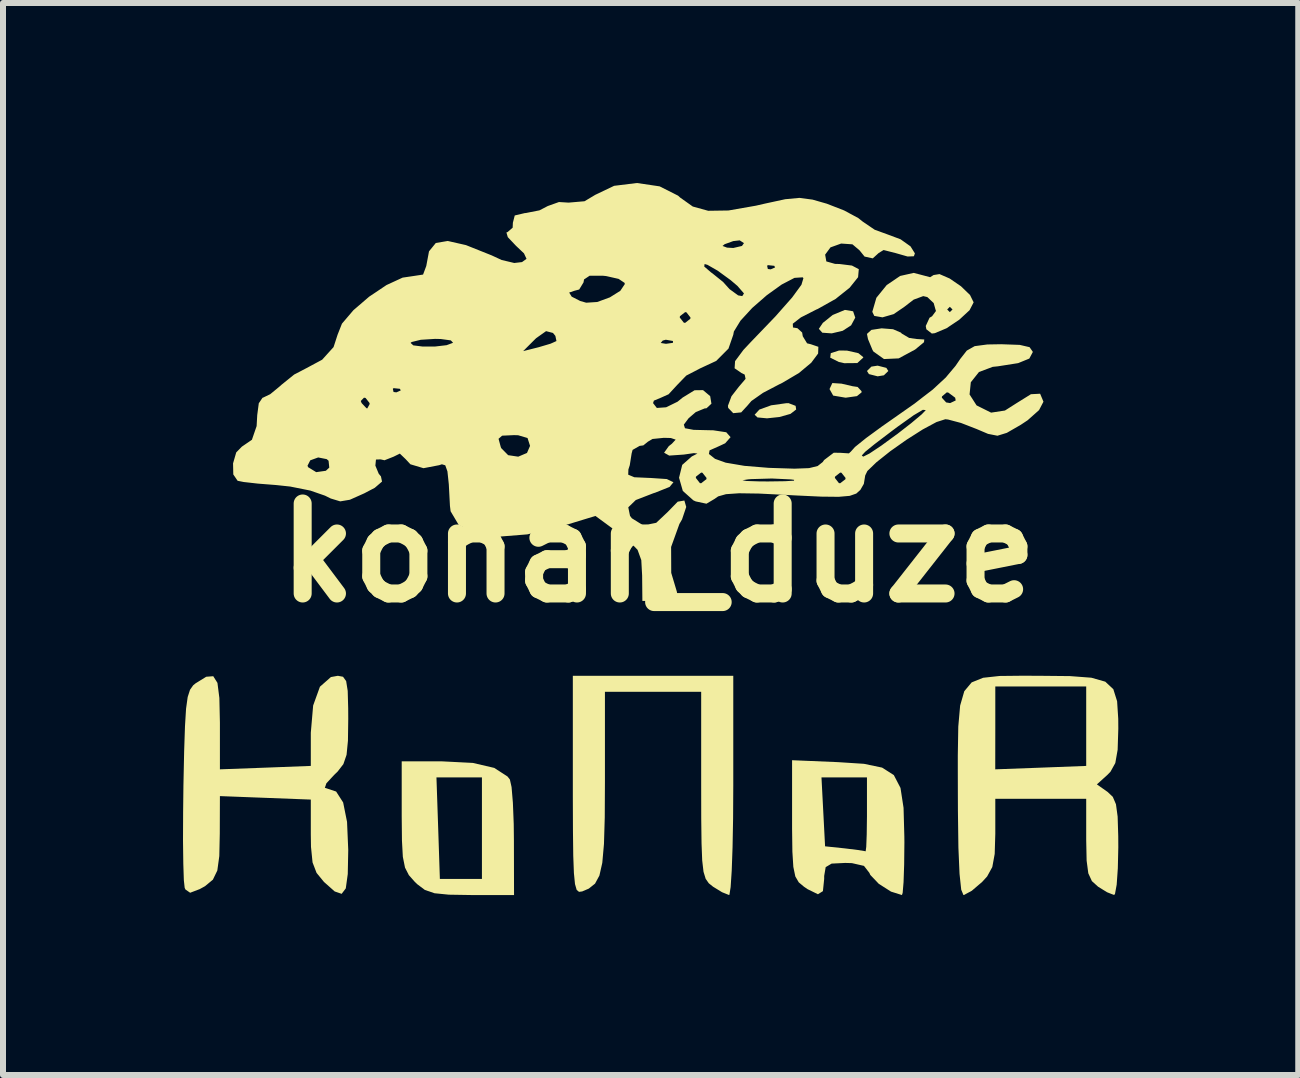
<source format=kicad_pcb>
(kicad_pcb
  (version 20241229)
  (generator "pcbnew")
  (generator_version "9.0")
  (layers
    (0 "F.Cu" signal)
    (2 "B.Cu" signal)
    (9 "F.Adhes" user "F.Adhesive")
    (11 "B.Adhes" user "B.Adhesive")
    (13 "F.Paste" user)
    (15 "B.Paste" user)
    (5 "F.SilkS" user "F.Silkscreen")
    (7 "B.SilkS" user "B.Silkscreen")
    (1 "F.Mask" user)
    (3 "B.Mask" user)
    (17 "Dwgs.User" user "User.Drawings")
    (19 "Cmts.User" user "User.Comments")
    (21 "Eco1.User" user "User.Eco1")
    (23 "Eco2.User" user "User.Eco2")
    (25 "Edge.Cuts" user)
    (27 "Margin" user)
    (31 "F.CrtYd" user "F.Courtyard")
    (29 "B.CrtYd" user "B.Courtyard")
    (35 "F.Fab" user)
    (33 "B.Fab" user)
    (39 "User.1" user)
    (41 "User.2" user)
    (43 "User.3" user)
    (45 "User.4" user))
  (footprint "konar_duze"
    (layer "F.Cu")
    (at 7.923 6.163)
    (property "Reference" "konar_duze" (at 0 0 0) (layer "F.SilkS") (effects (font (size 1.5 1.5) (thickness 0.3))))
    (attr board_only exclude_from_pos_files exclude_from_bom)
    (fp_poly (pts (xy 3.799 -3.082) (xy 3.832 -3.03) (xy 3.758 -2.958) (xy 3.654 -2.941) (xy 3.509 -2.978) (xy 3.476 -3.03) (xy 3.55 -3.103) (xy 3.654 -3.119)) (stroke (width 0) (type solid)) (fill yes) (layer "F.SilkS"))
    (fp_poly (pts (xy 3.142 -3.37) (xy 3.333 -3.327) (xy 3.414 -3.261) (xy 3.414 -3.253) (xy 3.315 -3.162) (xy 3.097 -3.16) (xy 3.008 -3.18) (xy 2.864 -3.252) (xy 2.873 -3.327) (xy 3.01 -3.371)) (stroke (width 0) (type solid)) (fill yes) (layer "F.SilkS"))
    (fp_poly (pts (xy 2.287 -2.449) (xy 2.296 -2.388) (xy 2.201 -2.315) (xy 2.017 -2.263) (xy 1.81 -2.241) (xy 1.651 -2.256) (xy 1.604 -2.301) (xy 1.683 -2.387) (xy 1.879 -2.458) (xy 2.13 -2.493) (xy 2.169 -2.494)) (stroke (width 0) (type solid)) (fill yes) (layer "F.SilkS"))
    (fp_poly (pts (xy 3.052 -2.819) (xy 3.237 -2.776) (xy 3.32 -2.764) (xy 3.385 -2.694) (xy 3.387 -2.674) (xy 3.309 -2.611) (xy 3.123 -2.585) (xy 3.119 -2.585) (xy 2.913 -2.62) (xy 2.852 -2.729) (xy 2.899 -2.829)) (stroke (width 0) (type solid)) (fill yes) (layer "F.SilkS"))
    (fp_poly (pts (xy 3.245 -4.025) (xy 3.281 -3.919) (xy 3.212 -3.791) (xy 3.072 -3.7) (xy 2.889 -3.657) (xy 2.732 -3.668) (xy 2.674 -3.733) (xy 2.741 -3.832) (xy 2.903 -3.962) (xy 2.906 -3.964) (xy 3.108 -4.048)) (stroke (width 0) (type solid)) (fill yes) (layer "F.SilkS"))
    (fp_poly (pts (xy 3.911 -3.726) (xy 4.043 -3.669) (xy 4.055 -3.654) (xy 4.179 -3.581) (xy 4.305 -3.563) (xy 4.431 -3.555) (xy 4.427 -3.51) (xy 4.287 -3.394) (xy 4.278 -3.387) (xy 4.005 -3.24) (xy 3.76 -3.229) (xy 3.584 -3.354) (xy 3.568 -3.381) (xy 3.493 -3.562) (xy 3.476 -3.648) (xy 3.55 -3.715) (xy 3.721 -3.741)) (stroke (width 0) (type solid)) (fill yes) (layer "F.SilkS"))
    (fp_poly (pts (xy -3.093 3.502) (xy -2.736 3.585) (xy -2.514 3.729) (xy -2.475 3.779) (xy -2.447 3.905) (xy -2.425 4.166) (xy -2.411 4.52) (xy -2.408 4.79) (xy -2.406 5.704) (xy -3.123 5.704) (xy -3.492 5.698) (xy -3.732 5.674) (xy -3.892 5.619) (xy -4.021 5.522) (xy -4.059 5.485) (xy -4.159 5.372) (xy -4.223 5.247) (xy -4.259 5.068) (xy -4.274 4.796) (xy -4.278 4.388) (xy -4.278 4.371) (xy -4.278 3.743) (xy -3.699 3.743) (xy -3.67 4.59) (xy -3.642 5.436) (xy -3.291 5.436) (xy -2.941 5.436) (xy -2.941 4.59) (xy -2.941 3.743) (xy -3.32 3.743) (xy -3.699 3.743) (xy -4.278 3.743) (xy -4.278 3.476) (xy -3.604 3.476)) (stroke (width 0) (type solid)) (fill yes) (layer "F.SilkS"))
    (fp_poly (pts (xy 1.248 3.877) (xy 1.245 4.426) (xy 1.236 4.909) (xy 1.222 5.299) (xy 1.204 5.571) (xy 1.184 5.698) (xy 1.178 5.704) (xy 1.061 5.657) (xy 0.911 5.565) (xy 0.84 5.508) (xy 0.788 5.434) (xy 0.752 5.316) (xy 0.73 5.127) (xy 0.719 4.84) (xy 0.714 4.429) (xy 0.713 3.872) (xy 0.713 2.317) (xy -0.089 2.317) (xy -0.891 2.317) (xy -0.891 3.815) (xy -0.894 4.41) (xy -0.907 4.852) (xy -0.935 5.167) (xy -0.983 5.379) (xy -1.056 5.514) (xy -1.16 5.597) (xy -1.27 5.644) (xy -1.323 5.651) (xy -1.362 5.618) (xy -1.39 5.521) (xy -1.408 5.339) (xy -1.419 5.05) (xy -1.424 4.634) (xy -1.426 4.066) (xy -1.426 3.874) (xy -1.426 2.05) (xy -0.089 2.05) (xy 1.248 2.05)) (stroke (width 0) (type solid)) (fill yes) (layer "F.SilkS"))
    (fp_poly (pts (xy 4.363 -4.637) (xy 4.529 -4.593) (xy 4.586 -4.629) (xy 4.685 -4.645) (xy 4.855 -4.571) (xy 5.043 -4.442) (xy 5.194 -4.296) (xy 5.254 -4.174) (xy 5.186 -4.043) (xy 5.015 -3.885) (xy 4.802 -3.742) (xy 4.606 -3.66) (xy 4.557 -3.654) (xy 4.466 -3.725) (xy 4.456 -3.78) (xy 4.519 -3.917) (xy 4.561 -3.942) (xy 4.626 -4.03) (xy 4.618 -4.055) (xy 4.813 -4.055) (xy 4.857 -4.011) (xy 4.902 -4.055) (xy 4.857 -4.1) (xy 4.813 -4.055) (xy 4.618 -4.055) (xy 4.588 -4.162) (xy 4.482 -4.262) (xy 4.414 -4.278) (xy 4.254 -4.219) (xy 4.1 -4.1) (xy 3.922 -3.978) (xy 3.735 -3.924) (xy 3.598 -3.948) (xy 3.565 -4.016) (xy 3.633 -4.25) (xy 3.805 -4.462) (xy 4.029 -4.614) (xy 4.256 -4.665)) (stroke (width 0) (type solid)) (fill yes) (layer "F.SilkS"))
    (fp_poly (pts (xy 2.993 3.489) (xy 3.426 3.517) (xy 3.728 3.58) (xy 3.924 3.705) (xy 4.035 3.919) (xy 4.086 4.251) (xy 4.099 4.729) (xy 4.1 4.823) (xy 4.096 5.194) (xy 4.086 5.489) (xy 4.071 5.668) (xy 4.059 5.704) (xy 3.877 5.647) (xy 3.673 5.517) (xy 3.532 5.369) (xy 3.516 5.334) (xy 3.426 5.218) (xy 3.225 5.172) (xy 3.113 5.169) (xy 2.887 5.18) (xy 2.788 5.239) (xy 2.763 5.386) (xy 2.763 5.436) (xy 2.742 5.639) (xy 2.659 5.691) (xy 2.486 5.606) (xy 2.426 5.565) (xy 2.339 5.492) (xy 2.282 5.394) (xy 2.249 5.235) (xy 2.233 4.981) (xy 2.228 4.595) (xy 2.228 4.442) (xy 2.228 3.743) (xy 2.718 3.743) (xy 2.748 4.317) (xy 2.778 4.892) (xy 3.104 4.926) (xy 3.323 4.953) (xy 3.446 4.973) (xy 3.454 4.976) (xy 3.464 4.902) (xy 3.472 4.694) (xy 3.476 4.394) (xy 3.476 4.367) (xy 3.476 3.743) (xy 3.097 3.743) (xy 2.718 3.743) (xy 2.228 3.743) (xy 2.228 3.457)) (stroke (width 0) (type solid)) (fill yes) (layer "F.SilkS"))
    (fp_poly (pts (xy -5.256 2.066) (xy -5.204 2.138) (xy -5.178 2.301) (xy -5.17 2.591) (xy -5.169 2.767) (xy -5.174 3.132) (xy -5.197 3.367) (xy -5.25 3.522) (xy -5.345 3.645) (xy -5.405 3.703) (xy -5.534 3.843) (xy -5.559 3.918) (xy -5.545 3.921) (xy -5.371 3.979) (xy -5.254 4.161) (xy -5.189 4.485) (xy -5.169 4.953) (xy -5.177 5.354) (xy -5.21 5.593) (xy -5.279 5.684) (xy -5.395 5.644) (xy -5.571 5.488) (xy -5.574 5.485) (xy -5.697 5.335) (xy -5.764 5.16) (xy -5.79 4.901) (xy -5.793 4.69) (xy -5.793 4.113) (xy -6.551 4.084) (xy -7.308 4.055) (xy -7.31 4.679) (xy -7.318 5.054) (xy -7.351 5.295) (xy -7.425 5.448) (xy -7.557 5.557) (xy -7.644 5.605) (xy -7.804 5.666) (xy -7.882 5.612) (xy -7.895 5.584) (xy -7.909 5.456) (xy -7.918 5.182) (xy -7.923 4.793) (xy -7.921 4.32) (xy -7.916 3.879) (xy -7.904 3.309) (xy -7.89 2.89) (xy -7.872 2.598) (xy -7.845 2.404) (xy -7.806 2.283) (xy -7.754 2.209) (xy -7.714 2.176) (xy -7.536 2.066) (xy -7.419 2.057) (xy -7.349 2.168) (xy -7.317 2.419) (xy -7.308 2.828) (xy -7.308 2.83) (xy -7.308 3.609) (xy -6.551 3.581) (xy -5.793 3.552) (xy -5.793 2.999) (xy -5.754 2.545) (xy -5.641 2.232) (xy -5.458 2.071) (xy -5.342 2.05)) (stroke (width 0) (type solid)) (fill yes) (layer "F.SilkS"))
    (fp_poly (pts (xy 6.351 2.05) (xy 6.859 2.055) (xy 7.216 2.082) (xy 7.448 2.148) (xy 7.582 2.273) (xy 7.645 2.474) (xy 7.664 2.768) (xy 7.665 2.934) (xy 7.654 3.283) (xy 7.615 3.504) (xy 7.535 3.648) (xy 7.486 3.699) (xy 7.308 3.86) (xy 7.486 3.985) (xy 7.573 4.067) (xy 7.626 4.191) (xy 7.654 4.397) (xy 7.664 4.724) (xy 7.665 4.907) (xy 7.657 5.259) (xy 7.638 5.531) (xy 7.61 5.684) (xy 7.595 5.704) (xy 7.477 5.657) (xy 7.328 5.565) (xy 7.225 5.472) (xy 7.165 5.342) (xy 7.137 5.13) (xy 7.13 4.789) (xy 7.13 4.763) (xy 7.13 4.1) (xy 6.372 4.1) (xy 5.615 4.1) (xy 5.615 4.683) (xy 5.605 5.019) (xy 5.565 5.237) (xy 5.479 5.394) (xy 5.396 5.485) (xy 5.223 5.633) (xy 5.093 5.703) (xy 5.084 5.704) (xy 5.047 5.615) (xy 5.019 5.351) (xy 5 4.913) (xy 4.992 4.304) (xy 4.991 4.024) (xy 4.99 3.609) (xy 5.614 3.609) (xy 6.372 3.581) (xy 7.13 3.552) (xy 7.13 2.89) (xy 7.13 2.228) (xy 6.372 2.228) (xy 5.615 2.228) (xy 5.615 2.919) (xy 5.614 3.609) (xy 4.99 3.609) (xy 4.99 3.382) (xy 4.998 2.897) (xy 5.029 2.546) (xy 5.098 2.307) (xy 5.221 2.16) (xy 5.412 2.083) (xy 5.686 2.053) (xy 6.059 2.049)) (stroke (width 0) (type solid)) (fill yes) (layer "F.SilkS"))
    (fp_poly (pts (xy 0.021 -6.107) (xy 0.328 -5.952) (xy 0.362 -5.921) (xy 0.573 -5.771) (xy 0.83 -5.7) (xy 1.168 -5.705) (xy 1.625 -5.785) (xy 1.782 -5.821) (xy 2.115 -5.893) (xy 2.352 -5.915) (xy 2.57 -5.886) (xy 2.807 -5.818) (xy 3.095 -5.706) (xy 3.329 -5.58) (xy 3.405 -5.52) (xy 3.605 -5.384) (xy 3.822 -5.305) (xy 4.036 -5.225) (xy 4.202 -5.107) (xy 4.275 -4.99) (xy 4.258 -4.942) (xy 4.153 -4.938) (xy 3.961 -4.993) (xy 3.958 -4.994) (xy 3.753 -5.046) (xy 3.671 -4.996) (xy 3.573 -4.907) (xy 3.436 -4.937) (xy 3.352 -5.041) (xy 3.234 -5.141) (xy 3.046 -5.154) (xy 2.868 -5.09) (xy 2.779 -4.969) (xy 2.799 -4.856) (xy 2.944 -4.815) (xy 3.018 -4.813) (xy 3.226 -4.787) (xy 3.34 -4.727) (xy 3.328 -4.593) (xy 3.187 -4.417) (xy 2.952 -4.23) (xy 2.656 -4.064) (xy 2.632 -4.054) (xy 2.375 -3.923) (xy 2.24 -3.818) (xy 2.243 -3.755) (xy 2.317 -3.743) (xy 2.396 -3.671) (xy 2.406 -3.609) (xy 2.478 -3.491) (xy 2.54 -3.476) (xy 2.666 -3.433) (xy 2.662 -3.321) (xy 2.547 -3.167) (xy 2.342 -2.996) (xy 2.068 -2.834) (xy 2.011 -2.806) (xy 1.744 -2.666) (xy 1.55 -2.53) (xy 1.484 -2.453) (xy 1.38 -2.34) (xy 1.247 -2.327) (xy 1.163 -2.415) (xy 1.159 -2.451) (xy 1.218 -2.609) (xy 1.339 -2.765) (xy 1.453 -2.899) (xy 1.438 -2.97) (xy 1.383 -2.997) (xy 1.27 -3.075) (xy 1.278 -3.194) (xy 1.417 -3.381) (xy 1.537 -3.509) (xy 1.949 -3.938) (xy 2.229 -4.255) (xy 2.384 -4.467) (xy 2.417 -4.577) (xy 2.405 -4.591) (xy 2.268 -4.582) (xy 2.055 -4.471) (xy 1.807 -4.293) (xy 1.564 -4.081) (xy 1.368 -3.868) (xy 1.258 -3.688) (xy 1.248 -3.634) (xy 1.168 -3.403) (xy 0.964 -3.198) (xy 0.695 -3.073) (xy 0.464 -2.953) (xy 0.315 -2.799) (xy 0.17 -2.642) (xy 0.043 -2.585) (xy -0.075 -2.536) (xy -0.089 -2.495) (xy -0.026 -2.414) (xy 0.129 -2.425) (xy 0.319 -2.518) (xy 0.404 -2.587) (xy 0.603 -2.709) (xy 0.744 -2.711) (xy 0.863 -2.611) (xy 0.884 -2.485) (xy 0.802 -2.409) (xy 0.771 -2.406) (xy 0.623 -2.345) (xy 0.504 -2.243) (xy 0.424 -2.136) (xy 0.443 -2.076) (xy 0.587 -2.049) (xy 0.882 -2.042) (xy 0.911 -2.042) (xy 1.131 -2.009) (xy 1.203 -1.927) (xy 1.113 -1.825) (xy 1.015 -1.779) (xy 0.853 -1.707) (xy 0.842 -1.647) (xy 0.944 -1.566) (xy 1.122 -1.502) (xy 1.434 -1.449) (xy 1.835 -1.416) (xy 1.887 -1.414) (xy 2.268 -1.402) (xy 2.511 -1.411) (xy 2.654 -1.446) (xy 2.738 -1.512) (xy 2.762 -1.546) (xy 2.862 -1.622) (xy 3.39 -1.622) (xy 3.411 -1.604) (xy 3.417 -1.604) (xy 3.517 -1.654) (xy 3.714 -1.785) (xy 3.967 -1.97) (xy 3.97 -1.971) (xy 4.213 -2.16) (xy 4.387 -2.306) (xy 4.456 -2.377) (xy 4.456 -2.378) (xy 4.408 -2.383) (xy 4.254 -2.292) (xy 3.981 -2.097) (xy 3.877 -2.019) (xy 3.601 -1.809) (xy 3.446 -1.683) (xy 3.39 -1.622) (xy 2.862 -1.622) (xy 2.923 -1.668) (xy 3.036 -1.666) (xy 3.175 -1.657) (xy 3.208 -1.687) (xy 3.277 -1.764) (xy 3.461 -1.912) (xy 3.725 -2.105) (xy 3.848 -2.191) (xy 4.27 -2.487) (xy 4.396 -2.585) (xy 4.724 -2.585) (xy 4.796 -2.506) (xy 4.862 -2.495) (xy 4.955 -2.539) (xy 4.946 -2.585) (xy 4.832 -2.67) (xy 4.807 -2.674) (xy 4.726 -2.606) (xy 4.724 -2.585) (xy 4.396 -2.585) (xy 4.572 -2.72) (xy 4.788 -2.92) (xy 4.952 -3.115) (xy 5.031 -3.231) (xy 5.14 -3.37) (xy 5.271 -3.444) (xy 5.482 -3.472) (xy 5.714 -3.476) (xy 6.022 -3.465) (xy 6.186 -3.427) (xy 6.238 -3.353) (xy 6.239 -3.344) (xy 6.182 -3.237) (xy 5.996 -3.161) (xy 5.659 -3.108) (xy 5.572 -3.099) (xy 5.343 -3.013) (xy 5.207 -2.842) (xy 5.186 -2.639) (xy 5.302 -2.458) (xy 5.308 -2.454) (xy 5.545 -2.336) (xy 5.776 -2.371) (xy 5.971 -2.495) (xy 6.209 -2.643) (xy 6.362 -2.651) (xy 6.417 -2.52) (xy 6.417 -2.517) (xy 6.344 -2.378) (xy 6.154 -2.209) (xy 6.038 -2.132) (xy 5.807 -1.999) (xy 5.651 -1.951) (xy 5.494 -1.982) (xy 5.303 -2.063) (xy 5.043 -2.164) (xy 4.828 -2.221) (xy 4.782 -2.226) (xy 4.635 -2.179) (xy 4.406 -2.056) (xy 4.136 -1.884) (xy 3.865 -1.693) (xy 3.634 -1.509) (xy 3.483 -1.363) (xy 3.447 -1.289) (xy 3.424 -1.149) (xy 3.366 -1.048) (xy 3.298 -0.987) (xy 3.189 -0.949) (xy 3.005 -0.933) (xy 2.714 -0.936) (xy 2.286 -0.956) (xy 2.158 -0.963) (xy 1.678 -0.987) (xy 1.345 -0.992) (xy 1.127 -0.977) (xy 0.996 -0.94) (xy 0.936 -0.898) (xy 0.801 -0.818) (xy 0.623 -0.856) (xy 0.583 -0.874) (xy 0.407 -1.031) (xy 0.345 -1.248) (xy 0.624 -1.248) (xy 0.692 -1.161) (xy 0.713 -1.159) (xy 0.777 -1.209) (xy 1.401 -1.209) (xy 1.468 -1.197) (xy 1.68 -1.19) (xy 1.827 -1.189) (xy 2.109 -1.193) (xy 2.26 -1.202) (xy 2.262 -1.216) (xy 2.208 -1.223) (xy 1.892 -1.238) (xy 1.546 -1.228) (xy 1.495 -1.224) (xy 1.401 -1.209) (xy 0.777 -1.209) (xy 0.8 -1.226) (xy 0.802 -1.248) (xy 2.941 -1.248) (xy 3.009 -1.161) (xy 3.03 -1.159) (xy 3.117 -1.226) (xy 3.119 -1.248) (xy 3.051 -1.334) (xy 3.03 -1.337) (xy 2.944 -1.269) (xy 2.941 -1.248) (xy 0.802 -1.248) (xy 0.734 -1.334) (xy 0.713 -1.337) (xy 0.626 -1.269) (xy 0.624 -1.248) (xy 0.345 -1.248) (xy 0.344 -1.25) (xy 0.397 -1.465) (xy 0.557 -1.606) (xy 0.651 -1.654) (xy 0.592 -1.661) (xy 0.423 -1.637) (xy 0.18 -1.62) (xy 0.095 -1.668) (xy 0.173 -1.777) (xy 0.224 -1.817) (xy 0.288 -1.886) (xy 0.207 -1.913) (xy 0.091 -1.916) (xy -0.098 -1.897) (xy -0.178 -1.85) (xy -0.178 -1.849) (xy -0.251 -1.79) (xy -0.312 -1.782) (xy -0.43 -1.715) (xy -0.446 -1.656) (xy -0.477 -1.46) (xy -0.5 -1.389) (xy -0.503 -1.302) (xy -0.401 -1.259) (xy -0.158 -1.248) (xy -0.143 -1.248) (xy 0.14 -1.229) (xy 0.251 -1.176) (xy 0.187 -1.098) (xy -0.053 -1.002) (xy -0.085 -0.992) (xy -0.377 -0.879) (xy -0.502 -0.758) (xy -0.473 -0.616) (xy -0.442 -0.575) (xy -0.251 -0.456) (xy -0.036 -0.5) (xy 0.157 -0.682) (xy 0.322 -0.852) (xy 0.433 -0.871) (xy 0.464 -0.764) (xy 0.394 -0.556) (xy 0.35 -0.48) (xy 0.212 -0.097) (xy 0.214 0.335) (xy 0.307 0.646) (xy 0.326 0.75) (xy 0.236 0.794) (xy 0.054 0.802) (xy -0.267 0.802) (xy -0.271 0.379) (xy -0.285 0.122) (xy -0.347 -0.049) (xy -0.496 -0.203) (xy -0.661 -0.329) (xy -1.049 -0.614) (xy -1.616 -0.441) (xy -2.184 -0.307) (xy -2.67 -0.268) (xy -3.057 -0.322) (xy -3.328 -0.464) (xy -3.463 -0.692) (xy -3.474 -0.781) (xy -3.493 -1.142) (xy -3.516 -1.357) (xy -3.552 -1.458) (xy -3.608 -1.475) (xy -3.654 -1.46) (xy -3.915 -1.41) (xy -4.133 -1.475) (xy -4.212 -1.56) (xy -4.309 -1.653) (xy -4.415 -1.601) (xy -4.565 -1.542) (xy -4.63 -1.557) (xy -4.707 -1.554) (xy -4.717 -1.453) (xy -4.661 -1.318) (xy -4.624 -1.273) (xy -4.606 -1.187) (xy -4.727 -1.083) (xy -4.902 -0.991) (xy -5.142 -0.884) (xy -5.303 -0.857) (xy -5.461 -0.905) (xy -5.556 -0.952) (xy -5.801 -1.037) (xy -6.136 -1.104) (xy -6.37 -1.129) (xy -6.675 -1.153) (xy -6.913 -1.18) (xy -7.013 -1.2) (xy -7.085 -1.306) (xy -7.088 -1.451) (xy -5.848 -1.451) (xy -5.838 -1.427) (xy -5.703 -1.344) (xy -5.542 -1.367) (xy -5.485 -1.42) (xy -5.497 -1.534) (xy -5.528 -1.561) (xy -5.67 -1.589) (xy -5.802 -1.541) (xy -5.848 -1.451) (xy -7.088 -1.451) (xy -7.089 -1.49) (xy -7.036 -1.673) (xy -6.942 -1.769) (xy -6.774 -1.884) (xy -6.769 -1.9) (xy -2.664 -1.9) (xy -2.627 -1.763) (xy -2.62 -1.745) (xy -2.504 -1.627) (xy -2.336 -1.602) (xy -2.19 -1.664) (xy -2.139 -1.782) (xy -2.181 -1.913) (xy -2.337 -1.959) (xy -2.406 -1.961) (xy -2.604 -1.952) (xy -2.664 -1.9) (xy -6.769 -1.9) (xy -6.696 -2.112) (xy -6.686 -2.295) (xy -6.66 -2.492) (xy -6.634 -2.53) (xy -4.96 -2.53) (xy -4.946 -2.495) (xy -4.866 -2.41) (xy -4.852 -2.406) (xy -4.814 -2.475) (xy -4.813 -2.495) (xy -4.881 -2.581) (xy -4.907 -2.585) (xy -4.96 -2.53) (xy -6.634 -2.53) (xy -6.598 -2.584) (xy -6.591 -2.585) (xy -6.47 -2.643) (xy -6.36 -2.733) (xy -4.426 -2.733) (xy -4.414 -2.68) (xy -4.367 -2.674) (xy -4.294 -2.706) (xy -4.308 -2.733) (xy -4.413 -2.744) (xy -4.426 -2.733) (xy -6.36 -2.733) (xy -6.299 -2.784) (xy -6.282 -2.8) (xy -6.07 -2.971) (xy -5.863 -3.079) (xy -5.863 -3.079) (xy -5.604 -3.218) (xy -5.475 -3.361) (xy -2.254 -3.361) (xy -1.996 -3.426) (xy -1.8 -3.484) (xy -1.77 -3.497) (xy 0.039 -3.497) (xy 0.126 -3.483) (xy 0.242 -3.499) (xy 0.243 -3.53) (xy 0.124 -3.551) (xy 0.072 -3.537) (xy 0.039 -3.497) (xy -1.77 -3.497) (xy -1.699 -3.529) (xy -1.717 -3.615) (xy -1.757 -3.664) (xy -1.872 -3.694) (xy -2.036 -3.578) (xy -2.054 -3.561) (xy -2.254 -3.361) (xy -5.475 -3.361) (xy -5.414 -3.428) (xy -5.391 -3.498) (xy -4.13 -3.498) (xy -4.085 -3.457) (xy -3.926 -3.437) (xy -3.72 -3.438) (xy -3.53 -3.46) (xy -3.422 -3.5) (xy -3.459 -3.54) (xy -3.628 -3.563) (xy -3.723 -3.565) (xy -3.961 -3.55) (xy -4.112 -3.513) (xy -4.13 -3.498) (xy -5.391 -3.498) (xy -5.347 -3.634) (xy -5.274 -3.819) (xy -5.187 -3.921) (xy 0.356 -3.921) (xy 0.424 -3.835) (xy 0.446 -3.832) (xy 0.532 -3.9) (xy 0.535 -3.921) (xy 0.467 -4.008) (xy 0.446 -4.011) (xy 0.359 -3.943) (xy 0.356 -3.921) (xy -5.187 -3.921) (xy -5.083 -4.043) (xy -4.82 -4.269) (xy -4.718 -4.337) (xy -1.487 -4.337) (xy -1.445 -4.269) (xy -1.304 -4.197) (xy -1.203 -4.168) (xy -1.019 -4.18) (xy -0.809 -4.257) (xy -0.635 -4.366) (xy -0.56 -4.478) (xy -0.563 -4.498) (xy -0.663 -4.565) (xy -0.871 -4.612) (xy -0.92 -4.617) (xy -1.147 -4.617) (xy -1.239 -4.556) (xy -1.248 -4.506) (xy -1.32 -4.388) (xy -1.399 -4.367) (xy -1.487 -4.337) (xy -4.718 -4.337) (xy -4.532 -4.462) (xy -4.263 -4.586) (xy -4.087 -4.612) (xy -3.922 -4.637) (xy -3.872 -4.771) (xy 0.764 -4.771) (xy 0.88 -4.671) (xy 0.894 -4.662) (xy 1.078 -4.514) (xy 1.185 -4.395) (xy 1.329 -4.29) (xy 1.398 -4.278) (xy 1.426 -4.323) (xy 1.317 -4.448) (xy 1.203 -4.545) (xy 0.986 -4.703) (xy 0.846 -4.783) (xy 1.812 -4.783) (xy 1.824 -4.73) (xy 1.872 -4.724) (xy 1.945 -4.756) (xy 1.931 -4.783) (xy 1.825 -4.794) (xy 1.812 -4.783) (xy 0.846 -4.783) (xy 0.818 -4.799) (xy 0.77 -4.813) (xy 0.764 -4.771) (xy -3.872 -4.771) (xy -3.869 -4.778) (xy -3.823 -5.024) (xy -3.71 -5.163) (xy -3.511 -5.197) (xy -3.207 -5.128) (xy -2.779 -4.957) (xy -2.613 -4.88) (xy -2.402 -4.83) (xy -2.273 -4.845) (xy -2.198 -4.899) (xy -2.24 -4.99) (xy -2.371 -5.114) (xy 1.069 -5.114) (xy 1.144 -5.086) (xy 1.248 -5.08) (xy 1.393 -5.114) (xy 1.426 -5.161) (xy 1.355 -5.207) (xy 1.248 -5.195) (xy 1.104 -5.143) (xy 1.069 -5.114) (xy -2.371 -5.114) (xy -2.378 -5.121) (xy -2.51 -5.261) (xy -2.533 -5.339) (xy -2.514 -5.345) (xy -2.429 -5.418) (xy -2.425 -5.502) (xy -2.394 -5.622) (xy -2.225 -5.662) (xy -2.215 -5.662) (xy -1.983 -5.707) (xy -1.844 -5.779) (xy -1.657 -5.846) (xy -1.497 -5.836) (xy -1.231 -5.859) (xy -1.052 -5.966) (xy -0.738 -6.116) (xy -0.357 -6.163)) (stroke (width 0) (type solid)) (fill yes) (layer "F.SilkS")))
  (gr_rect
    (start -3 -3)
    (end 18.587 14.866)
    (stroke (width 0.1) (type default))
    (fill no)
    (layer "Edge.Cuts")))
</source>
